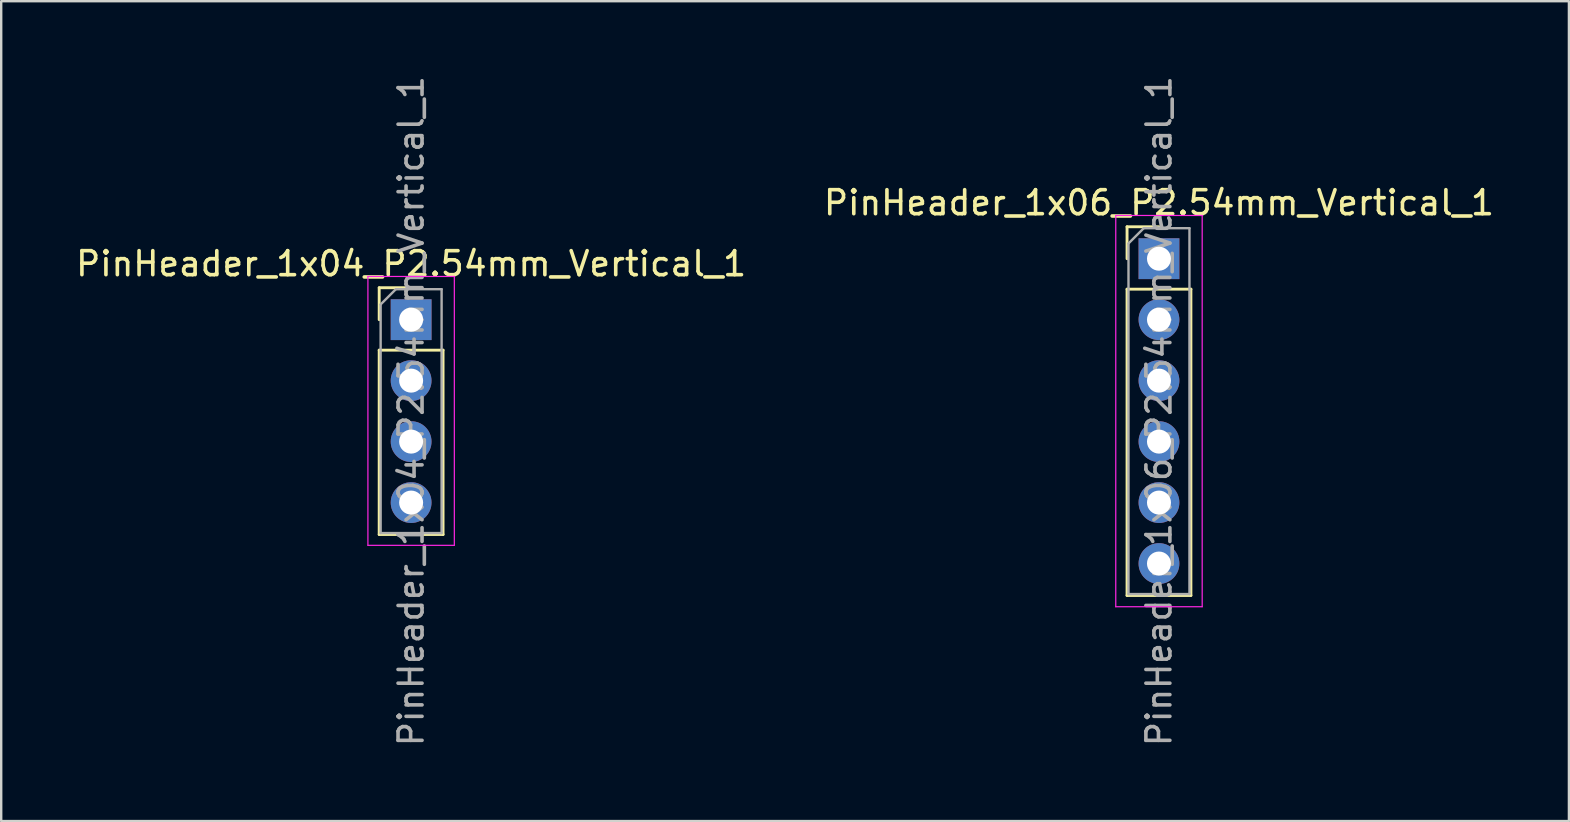
<source format=kicad_pcb>
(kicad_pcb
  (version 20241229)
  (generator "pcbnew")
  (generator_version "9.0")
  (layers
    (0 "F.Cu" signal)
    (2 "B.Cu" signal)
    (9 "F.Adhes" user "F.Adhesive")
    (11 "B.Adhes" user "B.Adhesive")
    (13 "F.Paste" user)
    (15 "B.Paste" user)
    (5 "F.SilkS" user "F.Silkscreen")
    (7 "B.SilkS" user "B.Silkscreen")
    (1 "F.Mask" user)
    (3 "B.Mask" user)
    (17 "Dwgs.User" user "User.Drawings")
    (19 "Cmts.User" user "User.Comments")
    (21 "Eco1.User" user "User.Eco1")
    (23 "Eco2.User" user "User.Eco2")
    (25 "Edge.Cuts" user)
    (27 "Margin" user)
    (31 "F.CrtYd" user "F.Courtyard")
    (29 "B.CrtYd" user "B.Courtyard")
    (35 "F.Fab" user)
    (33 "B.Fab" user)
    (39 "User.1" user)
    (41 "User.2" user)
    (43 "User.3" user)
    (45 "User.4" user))
  (footprint "PinHeader_1x06_P2.54mm_Vertical_1"
    (layer "F.Cu")
    (at 45.232 7.727)
    (property "Reference" "PinHeader_1x06_P2.54mm_Vertical_1" (at 0 -2.33 0) (layer "F.SilkS") (effects (font (size 1 1) (thickness 0.15))))
    (attr through_hole)
    (fp_line (start -1.33 -1.33) (end 0 -1.33) (stroke (width 0.12) (type solid)) (layer "F.SilkS"))
    (fp_line (start -1.33 0) (end -1.33 -1.33) (stroke (width 0.12) (type solid)) (layer "F.SilkS"))
    (fp_line (start -1.33 1.27) (end -1.33 14.03) (stroke (width 0.12) (type solid)) (layer "F.SilkS"))
    (fp_line (start -1.33 1.27) (end 1.33 1.27) (stroke (width 0.12) (type solid)) (layer "F.SilkS"))
    (fp_line (start -1.33 14.03) (end 1.33 14.03) (stroke (width 0.12) (type solid)) (layer "F.SilkS"))
    (fp_line (start 1.33 1.27) (end 1.33 14.03) (stroke (width 0.12) (type solid)) (layer "F.SilkS"))
    (fp_line (start -1.8 -1.8) (end -1.8 14.5) (stroke (width 0.05) (type solid)) (layer "F.CrtYd"))
    (fp_line (start -1.8 14.5) (end 1.8 14.5) (stroke (width 0.05) (type solid)) (layer "F.CrtYd"))
    (fp_line (start 1.8 -1.8) (end -1.8 -1.8) (stroke (width 0.05) (type solid)) (layer "F.CrtYd"))
    (fp_line (start 1.8 14.5) (end 1.8 -1.8) (stroke (width 0.05) (type solid)) (layer "F.CrtYd"))
    (fp_line (start -1.27 -0.635) (end -0.635 -1.27) (stroke (width 0.1) (type solid)) (layer "F.Fab"))
    (fp_line (start -1.27 13.97) (end -1.27 -0.635) (stroke (width 0.1) (type solid)) (layer "F.Fab"))
    (fp_line (start -0.635 -1.27) (end 1.27 -1.27) (stroke (width 0.1) (type solid)) (layer "F.Fab"))
    (fp_line (start 1.27 -1.27) (end 1.27 13.97) (stroke (width 0.1) (type solid)) (layer "F.Fab"))
    (fp_line (start 1.27 13.97) (end -1.27 13.97) (stroke (width 0.1) (type solid)) (layer "F.Fab"))
    (fp_text user "${REFERENCE}" (at 0 6.35 90) (layer "F.Fab") (effects (font (size 1 1) (thickness 0.15))))
    (pad "1" thru_hole rect (at 0 0) (size 1.7 1.7) (drill 1) (layers "*.Cu" "*.Mask"))
    (pad "2" thru_hole oval (at 0 2.54) (size 1.7 1.7) (drill 1) (layers "*.Cu" "*.Mask"))
    (pad "3" thru_hole oval (at 0 5.08) (size 1.7 1.7) (drill 1) (layers "*.Cu" "*.Mask"))
    (pad "4" thru_hole oval (at 0 7.62) (size 1.7 1.7) (drill 1) (layers "*.Cu" "*.Mask"))
    (pad "5" thru_hole oval (at 0 10.16) (size 1.7 1.7) (drill 1) (layers "*.Cu" "*.Mask"))
    (pad "6" thru_hole oval (at 0 12.7) (size 1.7 1.7) (drill 1) (layers "*.Cu" "*.Mask")))
  (footprint "PinHeader_1x04_P2.54mm_Vertical_1"
    (layer "F.Cu")
    (at 14.077 10.267)
    (property "Reference" "PinHeader_1x04_P2.54mm_Vertical_1" (at 0 -2.33 0) (layer "F.SilkS") (effects (font (size 1 1) (thickness 0.15))))
    (attr through_hole)
    (fp_line (start -1.33 -1.33) (end 0 -1.33) (stroke (width 0.12) (type solid)) (layer "F.SilkS"))
    (fp_line (start -1.33 0) (end -1.33 -1.33) (stroke (width 0.12) (type solid)) (layer "F.SilkS"))
    (fp_line (start -1.33 1.27) (end -1.33 8.95) (stroke (width 0.12) (type solid)) (layer "F.SilkS"))
    (fp_line (start -1.33 1.27) (end 1.33 1.27) (stroke (width 0.12) (type solid)) (layer "F.SilkS"))
    (fp_line (start -1.33 8.95) (end 1.33 8.95) (stroke (width 0.12) (type solid)) (layer "F.SilkS"))
    (fp_line (start 1.33 1.27) (end 1.33 8.95) (stroke (width 0.12) (type solid)) (layer "F.SilkS"))
    (fp_line (start -1.8 -1.8) (end -1.8 9.4) (stroke (width 0.05) (type solid)) (layer "F.CrtYd"))
    (fp_line (start -1.8 9.4) (end 1.8 9.4) (stroke (width 0.05) (type solid)) (layer "F.CrtYd"))
    (fp_line (start 1.8 -1.8) (end -1.8 -1.8) (stroke (width 0.05) (type solid)) (layer "F.CrtYd"))
    (fp_line (start 1.8 9.4) (end 1.8 -1.8) (stroke (width 0.05) (type solid)) (layer "F.CrtYd"))
    (fp_line (start -1.27 -0.635) (end -0.635 -1.27) (stroke (width 0.1) (type solid)) (layer "F.Fab"))
    (fp_line (start -1.27 8.89) (end -1.27 -0.635) (stroke (width 0.1) (type solid)) (layer "F.Fab"))
    (fp_line (start -0.635 -1.27) (end 1.27 -1.27) (stroke (width 0.1) (type solid)) (layer "F.Fab"))
    (fp_line (start 1.27 -1.27) (end 1.27 8.89) (stroke (width 0.1) (type solid)) (layer "F.Fab"))
    (fp_line (start 1.27 8.89) (end -1.27 8.89) (stroke (width 0.1) (type solid)) (layer "F.Fab"))
    (fp_text user "${REFERENCE}" (at 0 3.81 90) (layer "F.Fab") (effects (font (size 1 1) (thickness 0.15))))
    (pad "1" thru_hole rect (at 0 0) (size 1.7 1.7) (drill 1) (layers "*.Cu" "*.Mask"))
    (pad "2" thru_hole oval (at 0 2.54) (size 1.7 1.7) (drill 1) (layers "*.Cu" "*.Mask"))
    (pad "3" thru_hole oval (at 0 5.08) (size 1.7 1.7) (drill 1) (layers "*.Cu" "*.Mask"))
    (pad "4" thru_hole oval (at 0 7.62) (size 1.7 1.7) (drill 1) (layers "*.Cu" "*.Mask")))
  (gr_rect
    (start -3 -3)
    (end 62.31 31.155)
    (stroke (width 0.1) (type default))
    (fill no)
    (layer "Edge.Cuts")))
</source>
